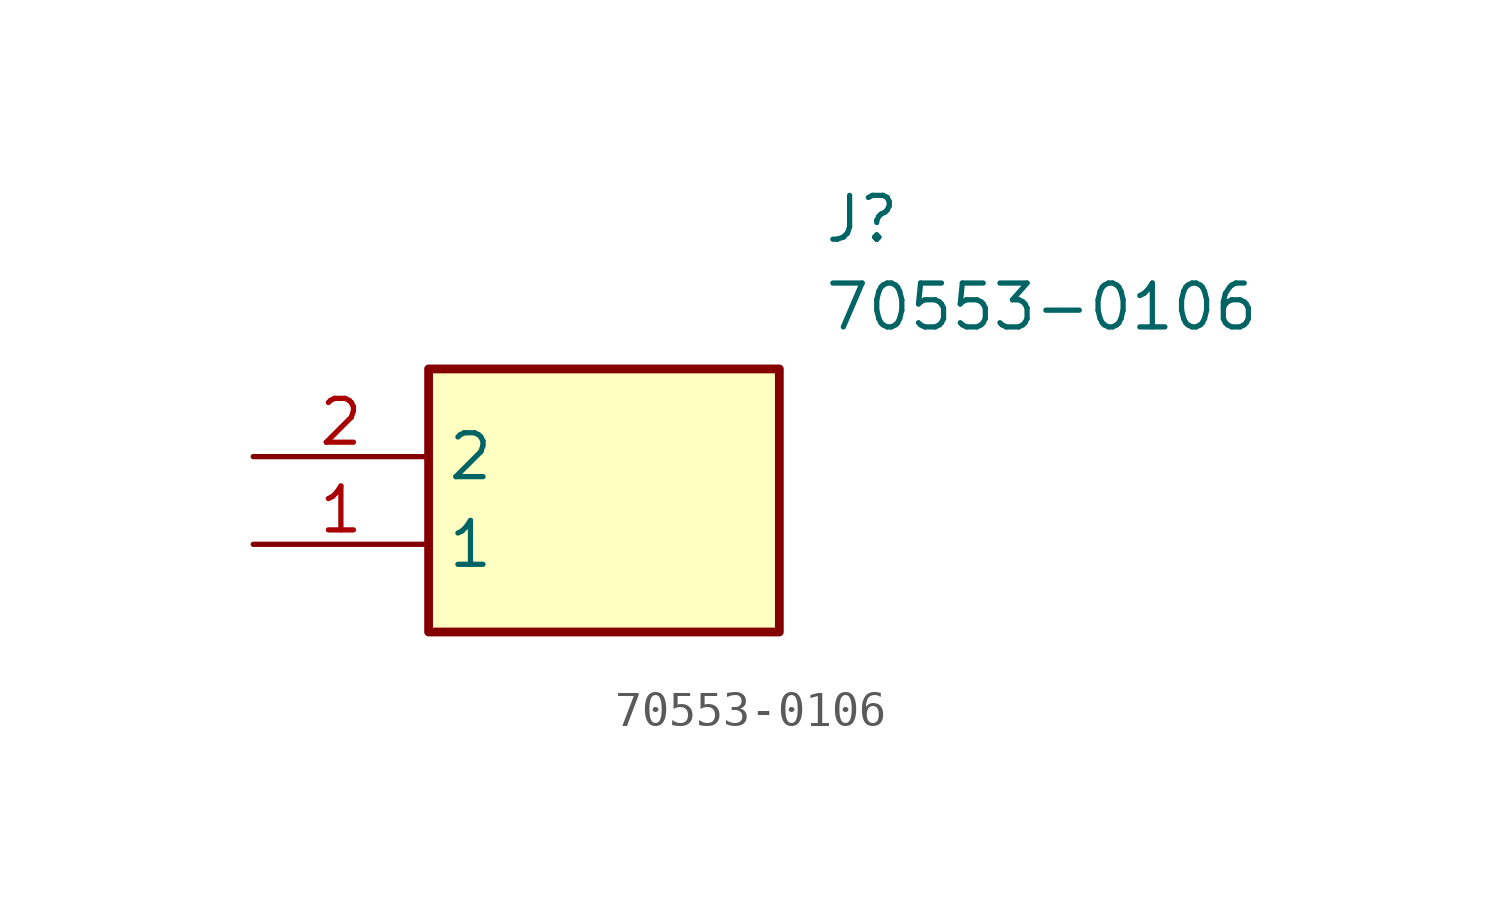
<source format=kicad_sym>
(kicad_symbol_lib
  (version 20211014)
  (generator SamacSys_ECAD_Model)
  (symbol "70553-0106"
    (property "Reference" "J"
      (at 16.51 7.62 0)
      (effects (font (size 1.27 1.27)) (justify left top)))
    (property "Value" "70553-0106"
      (at 16.51 5.08 0)
      (effects (font (size 1.27 1.27)) (justify left top)))
    (rectangle
      (start 5.08 2.54)
      (end 15.24 -5.08)
      (stroke (width 0.254) (type default))
      (fill (type background)))
    (pin passive line
      (at 0 -2.54 0)
      (length 5.08)
      (name "1" (effects (font (size 1.27 1.27))))
      (number "1" (effects (font (size 1.27 1.27)))))
    (pin passive line
      (at 0 0 0)
      (length 5.08)
      (name "2" (effects (font (size 1.27 1.27))))
      (number "2" (effects (font (size 1.27 1.27)))))))
</source>
